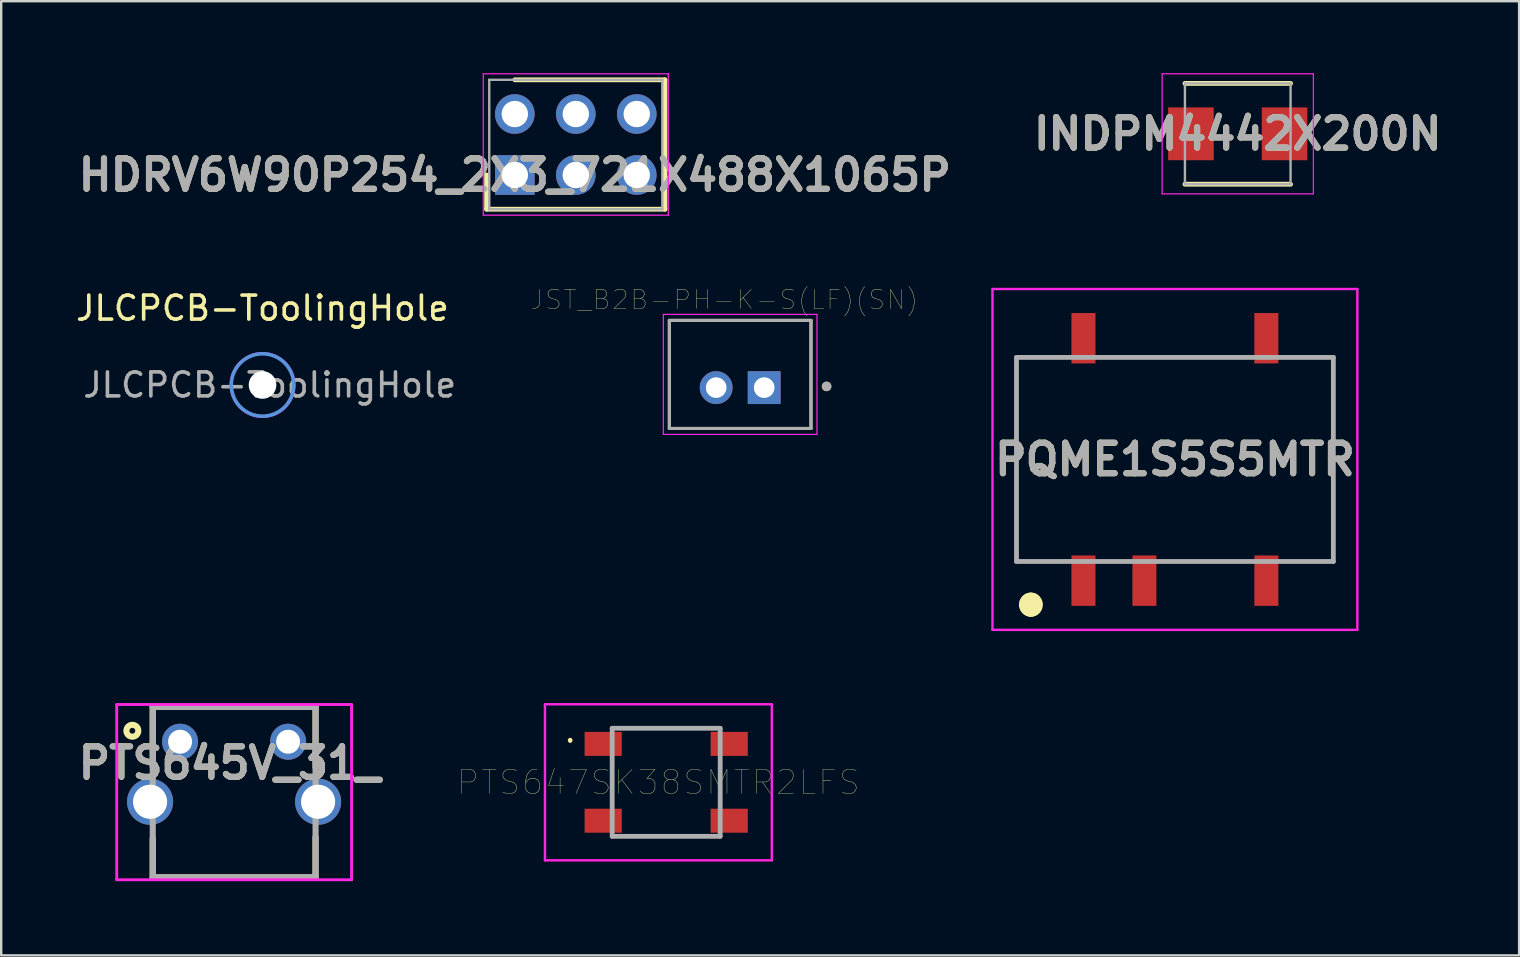
<source format=kicad_pcb>
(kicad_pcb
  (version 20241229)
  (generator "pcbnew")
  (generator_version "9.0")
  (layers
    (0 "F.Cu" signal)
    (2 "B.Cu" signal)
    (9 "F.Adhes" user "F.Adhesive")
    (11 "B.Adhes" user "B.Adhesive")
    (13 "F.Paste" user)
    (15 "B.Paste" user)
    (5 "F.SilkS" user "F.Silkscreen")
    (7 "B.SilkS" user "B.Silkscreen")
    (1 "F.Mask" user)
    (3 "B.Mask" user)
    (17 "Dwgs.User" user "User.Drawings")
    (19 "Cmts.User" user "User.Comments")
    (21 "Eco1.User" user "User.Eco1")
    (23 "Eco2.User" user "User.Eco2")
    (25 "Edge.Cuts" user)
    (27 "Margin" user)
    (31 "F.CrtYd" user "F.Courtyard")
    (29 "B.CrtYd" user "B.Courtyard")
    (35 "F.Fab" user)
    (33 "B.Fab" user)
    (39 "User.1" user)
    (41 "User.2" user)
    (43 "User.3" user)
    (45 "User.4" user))
  (footprint "PTS645V_31_"
    (layer "F.Cu")
    (at 3.313 33.5)
    (property "Reference" "PTS645V_31_" (at 3.2 -4.762 0) (layer "F.SilkS") (effects (font (size 1.27 1.27) (thickness 0.254))))
    (attr through_hole)
    (fp_line (start 0 -7.1) (end 0 -4.592) (stroke (width 0.254) (type solid)) (layer "F.SilkS"))
    (fp_line (start 0 -7.1) (end 6.783 -7.1) (stroke (width 0.254) (type solid)) (layer "F.SilkS"))
    (fp_line (start 0 0) (end 0 -1.619) (stroke (width 0.254) (type solid)) (layer "F.SilkS"))
    (fp_line (start 0 0) (end 6.783 0) (stroke (width 0.254) (type solid)) (layer "F.SilkS"))
    (fp_line (start 6.783 -7.1) (end 6.783 -4.578) (stroke (width 0.254) (type solid)) (layer "F.SilkS"))
    (fp_line (start 6.783 0) (end 6.783 -1.689) (stroke (width 0.254) (type solid)) (layer "F.SilkS"))
    (fp_circle (center -0.849 -6.107) (end -0.849 -5.986) (stroke (width 0.254) (type solid)) (fill no) (layer "F.SilkS"))
    (fp_line (start -1.5 -7.2) (end -1.5 0.1) (stroke (width 0.12) (type solid)) (layer "F.CrtYd"))
    (fp_line (start -1.5 -7.2) (end 8.283 -7.2) (stroke (width 0.12) (type solid)) (layer "F.CrtYd"))
    (fp_line (start -1.5 0.1) (end 8.283 0.1) (stroke (width 0.12) (type solid)) (layer "F.CrtYd"))
    (fp_line (start 8.283 0.1) (end 8.283 -7.2) (stroke (width 0.12) (type solid)) (layer "F.CrtYd"))
    (fp_line (start 0 -7.1) (end 6.783 -7.1) (stroke (width 0.254) (type solid)) (layer "F.Fab"))
    (fp_line (start 0 0) (end 0 -7.1) (stroke (width 0.254) (type solid)) (layer "F.Fab"))
    (fp_line (start 6.783 -7.1) (end 6.783 0) (stroke (width 0.254) (type solid)) (layer "F.Fab"))
    (fp_line (start 6.783 0) (end 0 0) (stroke (width 0.254) (type solid)) (layer "F.Fab"))
    (fp_text user "${REFERENCE}" (at 3.2 -4.762 0) (layer "F.Fab") (effects (font (size 1.27 1.27) (thickness 0.254))))
    (pad "1" thru_hole circle (at 1.139 -5.65) (size 1.5 1.5) (drill 1) (layers "*.Cu" "*.Mask"))
    (pad "2" thru_hole circle (at 5.639 -5.65) (size 1.5 1.5) (drill 1) (layers "*.Cu" "*.Mask"))
    (pad "3" thru_hole circle (at 6.889 -3.15) (size 1.92 1.92) (drill 1.42) (layers "*.Cu" "*.Mask"))
    (pad "4" thru_hole circle (at -0.111 -3.15) (size 1.92 1.92) (drill 1.42) (layers "*.Cu" "*.Mask")))
  (footprint "JLCPCB-ToolingHole"
    (layer "F.Cu")
    (at 7.887 12.988)
    (property "Reference" "JLCPCB-ToolingHole" (at 0 -3.2 0) (layer "F.SilkS") (effects (font (size 1 1) (thickness 0.15))))
    (attr exclude_from_pos_files exclude_from_bom)
    (fp_circle (center 0 0) (end 1.3 0) (stroke (width 0.15) (type solid)) (fill no) (layer "Cmts.User"))
    (fp_circle (center 0 0) (end 1.35 0) (stroke (width 0.05) (type solid)) (fill no) (layer "F.CrtYd"))
    (fp_text user "${REFERENCE}" (at 0.3 0 0) (layer "F.Fab") (effects (font (size 1 1) (thickness 0.15))))
    (pad "" np_thru_hole circle (at 0 0) (size 1.152 1.152) (drill 1.152) (layers "*.Cu" "*.Mask")))
  (footprint "HDRV6W90P254_2X3_721X488X1065P"
    (layer "F.Cu")
    (at 18.397 4.24)
    (property "Reference" "HDRV6W90P254_2X3_721X488X1065P" (at 0 0 0) (layer "F.SilkS") (effects (font (size 1.27 1.27) (thickness 0.254))))
    (attr through_hole)
    (fp_line (start -1.175 0) (end -1.175 1.425) (stroke (width 0.2) (type solid)) (layer "F.SilkS"))
    (fp_line (start -1.175 1.425) (end 6.255 1.425) (stroke (width 0.2) (type solid)) (layer "F.SilkS"))
    (fp_line (start 6.255 -3.965) (end 0 -3.965) (stroke (width 0.2) (type solid)) (layer "F.SilkS"))
    (fp_line (start 6.255 1.425) (end 6.255 -3.965) (stroke (width 0.2) (type solid)) (layer "F.SilkS"))
    (fp_line (start -1.315 -4.215) (end 6.395 -4.215) (stroke (width 0.05) (type solid)) (layer "F.CrtYd"))
    (fp_line (start -1.315 1.675) (end -1.315 -4.215) (stroke (width 0.05) (type solid)) (layer "F.CrtYd"))
    (fp_line (start 6.395 -4.215) (end 6.395 1.675) (stroke (width 0.05) (type solid)) (layer "F.CrtYd"))
    (fp_line (start 6.395 1.675) (end -1.315 1.675) (stroke (width 0.05) (type solid)) (layer "F.CrtYd"))
    (fp_line (start -1.065 -3.965) (end 6.145 -3.965) (stroke (width 0.1) (type solid)) (layer "F.Fab"))
    (fp_line (start -1.065 1.425) (end -1.065 -3.965) (stroke (width 0.1) (type solid)) (layer "F.Fab"))
    (fp_line (start 6.145 -3.965) (end 6.145 1.425) (stroke (width 0.1) (type solid)) (layer "F.Fab"))
    (fp_line (start 6.145 1.425) (end -1.065 1.425) (stroke (width 0.1) (type solid)) (layer "F.Fab"))
    (fp_text user "${REFERENCE}" (at 0 0 0) (layer "F.Fab") (effects (font (size 1.27 1.27) (thickness 0.254))))
    (pad "1" thru_hole rect (at 0 0) (size 1.65 1.65) (drill 1.1) (layers "*.Cu" "*.Mask"))
    (pad "2" thru_hole circle (at 0 -2.54) (size 1.65 1.65) (drill 1.1) (layers "*.Cu" "*.Mask"))
    (pad "3" thru_hole circle (at 2.54 0) (size 1.65 1.65) (drill 1.1) (layers "*.Cu" "*.Mask"))
    (pad "4" thru_hole circle (at 2.54 -2.54) (size 1.65 1.65) (drill 1.1) (layers "*.Cu" "*.Mask"))
    (pad "5" thru_hole circle (at 5.08 0) (size 1.65 1.65) (drill 1.1) (layers "*.Cu" "*.Mask"))
    (pad "6" thru_hole circle (at 5.08 -2.54) (size 1.65 1.65) (drill 1.1) (layers "*.Cu" "*.Mask")))
  (footprint "INDPM4442X200N"
    (layer "F.Cu")
    (at 48.514 2.525)
    (property "Reference" "INDPM4442X200N" (at 0 0 0) (layer "F.SilkS") (effects (font (size 1.27 1.27) (thickness 0.254))))
    (attr smd)
    (fp_line (start -2.2 2.1) (end 2.2 2.1) (stroke (width 0.2) (type solid)) (layer "F.SilkS"))
    (fp_line (start 2.2 -2.1) (end -2.2 -2.1) (stroke (width 0.2) (type solid)) (layer "F.SilkS"))
    (fp_line (start -3.15 -2.5) (end 3.15 -2.5) (stroke (width 0.05) (type solid)) (layer "F.CrtYd"))
    (fp_line (start -3.15 2.5) (end -3.15 -2.5) (stroke (width 0.05) (type solid)) (layer "F.CrtYd"))
    (fp_line (start 3.15 -2.5) (end 3.15 2.5) (stroke (width 0.05) (type solid)) (layer "F.CrtYd"))
    (fp_line (start 3.15 2.5) (end -3.15 2.5) (stroke (width 0.05) (type solid)) (layer "F.CrtYd"))
    (fp_line (start -2.2 -2.1) (end 2.2 -2.1) (stroke (width 0.1) (type solid)) (layer "F.Fab"))
    (fp_line (start -2.2 2.1) (end -2.2 -2.1) (stroke (width 0.1) (type solid)) (layer "F.Fab"))
    (fp_line (start 2.2 -2.1) (end 2.2 2.1) (stroke (width 0.1) (type solid)) (layer "F.Fab"))
    (fp_line (start 2.2 2.1) (end -2.2 2.1) (stroke (width 0.1) (type solid)) (layer "F.Fab"))
    (fp_text user "${REFERENCE}" (at 0 0 0) (layer "F.Fab") (effects (font (size 1.27 1.27) (thickness 0.254))))
    (pad "1" smd rect (at -1.95 0) (size 1.9 2.2) (layers "F.Cu" "F.Mask" "F.Paste"))
    (pad "2" smd rect (at 1.95 0) (size 1.9 2.2) (layers "F.Cu" "F.Mask" "F.Paste")))
  (footprint "JST_B2B-PH-K-S(LF)(SN)"
    (layer "F.Cu")
    (at 27.785 12.548)
    (property "Reference" "JST_B2B-PH-K-S(LF)(SN)" (at -0.661 -3.113 0) (layer "F.SilkS") (effects (font (size 0.801 0.801) (thickness 0.015))))
    (attr through_hole)
    (fp_line (start -2.95 -2.25) (end 2.95 -2.25) (stroke (width 0.127) (type solid)) (layer "F.SilkS"))
    (fp_line (start -2.95 2.25) (end -2.95 -2.25) (stroke (width 0.127) (type solid)) (layer "F.SilkS"))
    (fp_line (start 2.95 -2.25) (end 2.95 2.25) (stroke (width 0.127) (type solid)) (layer "F.SilkS"))
    (fp_line (start 2.95 2.25) (end -2.95 2.25) (stroke (width 0.127) (type solid)) (layer "F.SilkS"))
    (fp_circle (center 3.6 0.5) (end 3.7 0.5) (stroke (width 0.2) (type solid)) (fill no) (layer "F.SilkS"))
    (fp_line (start -3.2 -2.5) (end 3.2 -2.5) (stroke (width 0.05) (type solid)) (layer "F.CrtYd"))
    (fp_line (start -3.2 2.5) (end -3.2 -2.5) (stroke (width 0.05) (type solid)) (layer "F.CrtYd"))
    (fp_line (start 3.2 -2.5) (end 3.2 2.5) (stroke (width 0.05) (type solid)) (layer "F.CrtYd"))
    (fp_line (start 3.2 2.5) (end -3.2 2.5) (stroke (width 0.05) (type solid)) (layer "F.CrtYd"))
    (fp_line (start -2.95 -2.25) (end 2.95 -2.25) (stroke (width 0.127) (type solid)) (layer "F.Fab"))
    (fp_line (start -2.95 2.25) (end -2.95 -2.25) (stroke (width 0.127) (type solid)) (layer "F.Fab"))
    (fp_line (start 2.95 -2.25) (end 2.95 2.25) (stroke (width 0.127) (type solid)) (layer "F.Fab"))
    (fp_line (start 2.95 2.25) (end -2.95 2.25) (stroke (width 0.127) (type solid)) (layer "F.Fab"))
    (fp_circle (center 3.6 0.5) (end 3.7 0.5) (stroke (width 0.2) (type solid)) (fill no) (layer "F.Fab"))
    (pad "1" thru_hole rect (at 1 0.55) (size 1.368 1.368) (drill 0.86) (layers "*.Cu" "*.Mask"))
    (pad "2" thru_hole circle (at -1 0.55) (size 1.368 1.368) (drill 0.86) (layers "*.Cu" "*.Mask")))
  (footprint "PQME1S5S5MTR"
    (layer "F.Cu")
    (at 45.896 16.09)
    (property "Reference" "PQME1S5S5MTR" (at 0 0 0) (layer "F.SilkS") (effects (font (size 1.27 1.27) (thickness 0.254))))
    (attr smd)
    (fp_line (start -6.6 -4.25) (end -6.6 4.25) (stroke (width 0.1) (type solid)) (layer "F.SilkS"))
    (fp_line (start -6.6 4.25) (end -5.5 4.25) (stroke (width 0.1) (type solid)) (layer "F.SilkS"))
    (fp_line (start -6 6) (end -6 6) (stroke (width 0.9) (type solid)) (layer "F.SilkS"))
    (fp_line (start -6 6.1) (end -6 6.1) (stroke (width 0.9) (type solid)) (layer "F.SilkS"))
    (fp_line (start -5.5 -4.25) (end -6.6 -4.25) (stroke (width 0.1) (type solid)) (layer "F.SilkS"))
    (fp_line (start -2 -4.25) (end 1.5 -4.25) (stroke (width 0.1) (type solid)) (layer "F.SilkS"))
    (fp_line (start 0.5 4.25) (end 1.5 4.25) (stroke (width 0.1) (type solid)) (layer "F.SilkS"))
    (fp_line (start 5.5 -4.25) (end 6.6 -4.25) (stroke (width 0.1) (type solid)) (layer "F.SilkS"))
    (fp_line (start 6.6 -4.25) (end 6.6 4.25) (stroke (width 0.1) (type solid)) (layer "F.SilkS"))
    (fp_line (start 6.6 4.25) (end 5.5 4.25) (stroke (width 0.1) (type solid)) (layer "F.SilkS"))
    (fp_arc (start -6 6) (mid -5.95 6.05) (end -6 6.1) (stroke (width 0.9) (type solid)) (layer "F.SilkS"))
    (fp_arc (start -6 6.1) (mid -6.05 6.05) (end -6 6) (stroke (width 0.9) (type solid)) (layer "F.SilkS"))
    (fp_line (start -7.6 -7.1) (end 7.6 -7.1) (stroke (width 0.1) (type solid)) (layer "F.CrtYd"))
    (fp_line (start -7.6 7.1) (end -7.6 -7.1) (stroke (width 0.1) (type solid)) (layer "F.CrtYd"))
    (fp_line (start 7.6 -7.1) (end 7.6 7.1) (stroke (width 0.1) (type solid)) (layer "F.CrtYd"))
    (fp_line (start 7.6 7.1) (end -7.6 7.1) (stroke (width 0.1) (type solid)) (layer "F.CrtYd"))
    (fp_line (start -6.6 -4.25) (end 6.6 -4.25) (stroke (width 0.2) (type solid)) (layer "F.Fab"))
    (fp_line (start -6.6 4.25) (end -6.6 -4.25) (stroke (width 0.2) (type solid)) (layer "F.Fab"))
    (fp_line (start 6.6 -4.25) (end 6.6 4.25) (stroke (width 0.2) (type solid)) (layer "F.Fab"))
    (fp_line (start 6.6 4.25) (end -6.6 4.25) (stroke (width 0.2) (type solid)) (layer "F.Fab"))
    (fp_text user "${REFERENCE}" (at 0 0 0) (layer "F.Fab") (effects (font (size 1.27 1.27) (thickness 0.254))))
    (pad "1" smd rect (at -3.81 5.05) (size 1 2.1) (layers "F.Cu" "F.Mask" "F.Paste"))
    (pad "2" smd rect (at -1.27 5.05) (size 1 2.1) (layers "F.Cu" "F.Mask" "F.Paste"))
    (pad "4" smd rect (at 3.81 5.05) (size 1 2.1) (layers "F.Cu" "F.Mask" "F.Paste"))
    (pad "5" smd rect (at 3.81 -5.05) (size 1 2.1) (layers "F.Cu" "F.Mask" "F.Paste"))
    (pad "8" smd rect (at -3.81 -5.05) (size 1 2.1) (layers "F.Cu" "F.Mask" "F.Paste")))
  (footprint "PTS647SK38SMTR2LFS"
    (layer "F.Cu")
    (at 24.703 29.54)
    (property "Reference" "PTS647SK38SMTR2LFS" (at -0.325 0 0) (layer "F.SilkS") (effects (font (size 1 1) (thickness 0.015))))
    (attr through_hole)
    (fp_line (start -4 -1.8) (end -4 -1.8) (stroke (width 0.1) (type solid)) (layer "F.SilkS"))
    (fp_line (start -4 -1.7) (end -4 -1.7) (stroke (width 0.1) (type solid)) (layer "F.SilkS"))
    (fp_line (start -2.25 -0.9) (end -2.25 0.9) (stroke (width 0.1) (type solid)) (layer "F.SilkS"))
    (fp_line (start -1.8 -2.25) (end 1.8 -2.25) (stroke (width 0.1) (type solid)) (layer "F.SilkS"))
    (fp_line (start -1.8 2.25) (end 1.8 2.25) (stroke (width 0.1) (type solid)) (layer "F.SilkS"))
    (fp_line (start 2.25 -0.9) (end 2.25 0.9) (stroke (width 0.1) (type solid)) (layer "F.SilkS"))
    (fp_arc (start -4 -1.8) (mid -3.95 -1.75) (end -4 -1.7) (stroke (width 0.1) (type solid)) (layer "F.SilkS"))
    (fp_arc (start -4 -1.7) (mid -4.05 -1.75) (end -4 -1.8) (stroke (width 0.1) (type solid)) (layer "F.SilkS"))
    (fp_line (start -5.05 -3.25) (end 4.4 -3.25) (stroke (width 0.1) (type solid)) (layer "F.CrtYd"))
    (fp_line (start -5.05 3.25) (end -5.05 -3.25) (stroke (width 0.1) (type solid)) (layer "F.CrtYd"))
    (fp_line (start 4.4 -3.25) (end 4.4 3.25) (stroke (width 0.1) (type solid)) (layer "F.CrtYd"))
    (fp_line (start 4.4 3.25) (end -5.05 3.25) (stroke (width 0.1) (type solid)) (layer "F.CrtYd"))
    (fp_line (start -2.25 -2.25) (end 2.25 -2.25) (stroke (width 0.2) (type solid)) (layer "F.Fab"))
    (fp_line (start -2.25 2.25) (end -2.25 -2.25) (stroke (width 0.2) (type solid)) (layer "F.Fab"))
    (fp_line (start 2.25 -2.25) (end 2.25 2.25) (stroke (width 0.2) (type solid)) (layer "F.Fab"))
    (fp_line (start 2.25 2.25) (end -2.25 2.25) (stroke (width 0.2) (type solid)) (layer "F.Fab"))
    (pad "1" smd rect (at -2.625 -1.6) (size 1.55 1) (layers "F.Cu" "F.Mask" "F.Paste"))
    (pad "2" smd rect (at 2.625 -1.6) (size 1.55 1) (layers "F.Cu" "F.Mask" "F.Paste"))
    (pad "3" smd rect (at -2.625 1.6) (size 1.55 1) (layers "F.Cu" "F.Mask" "F.Paste"))
    (pad "4" smd rect (at 2.625 1.6) (size 1.55 1) (layers "F.Cu" "F.Mask" "F.Paste")))
  (gr_rect
    (start -3 -3)
    (end 60.235 36.75)
    (stroke (width 0.1) (type default))
    (fill no)
    (layer "Edge.Cuts")))
</source>
